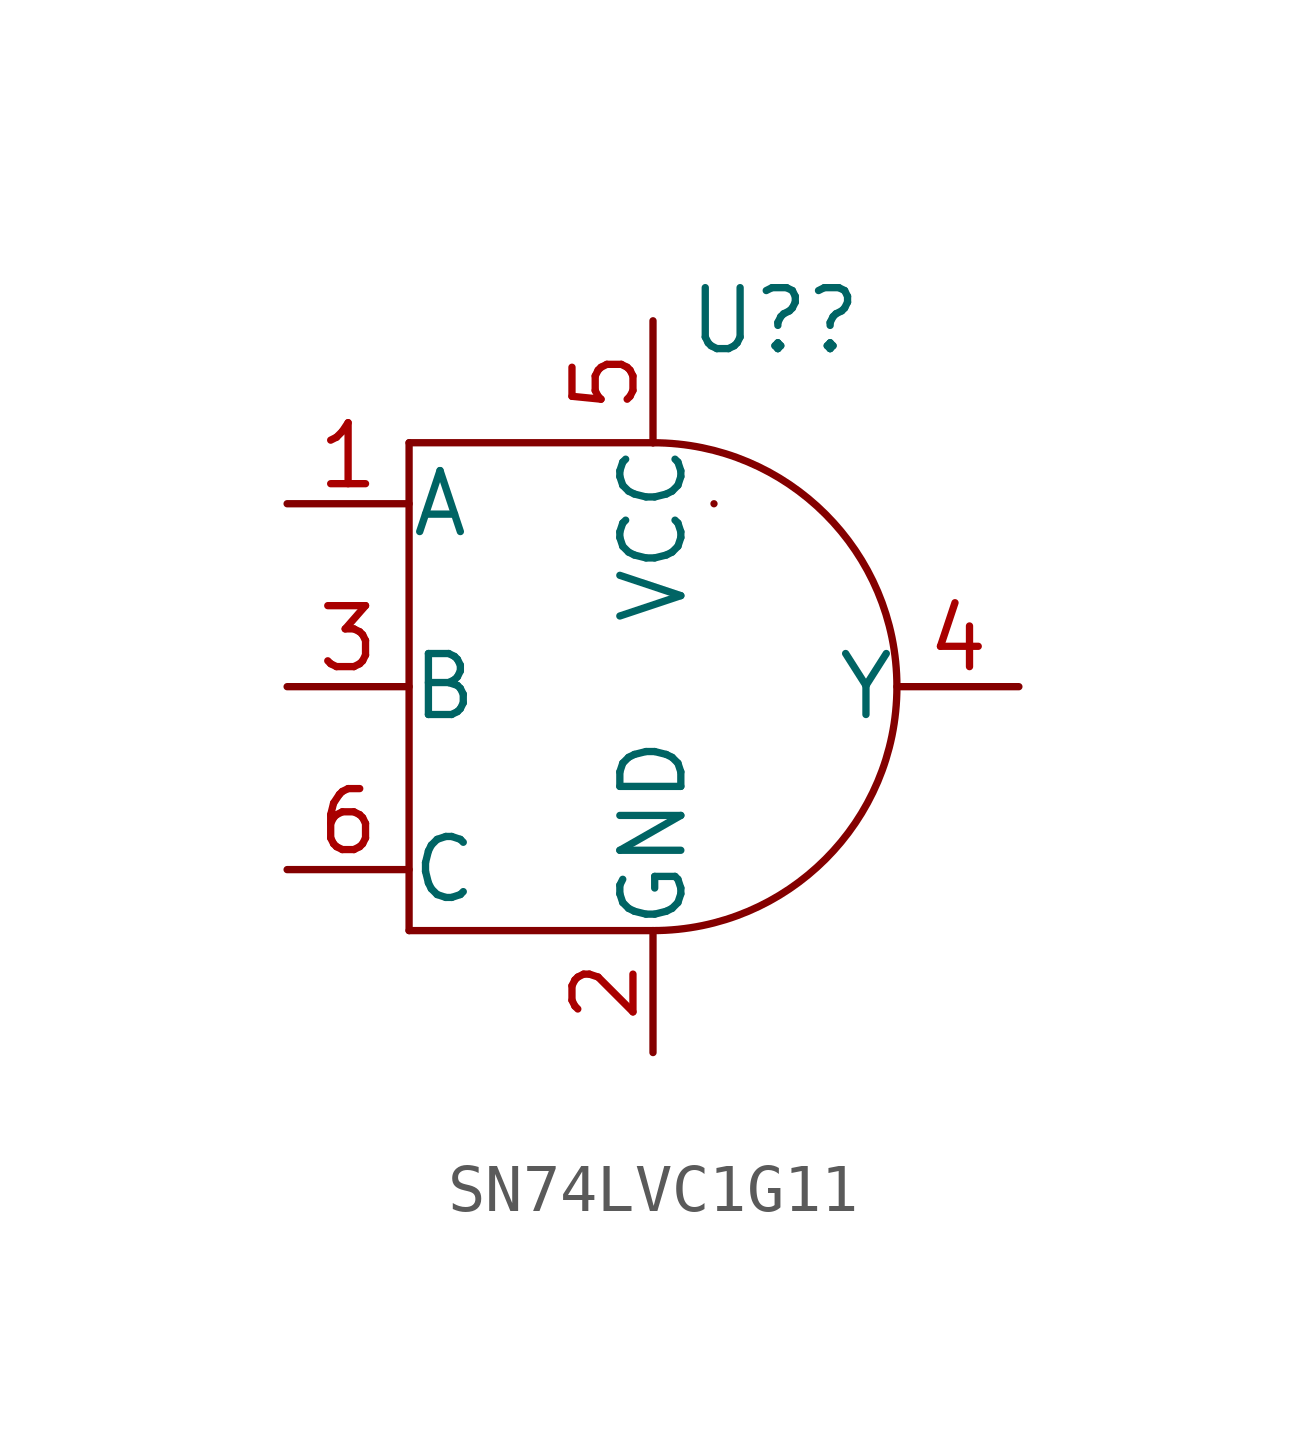
<source format=kicad_sym>
(kicad_symbol_lib
  (version 20241209)
  (generator "kicad_symbol_editor")
  (generator_version "9.0")
  (symbol "SN74LVC1G11"
    (pin_names
      (offset 0.0001))
    (property "Reference" "U?"
      (at 0 0 0)
      (effects (font (size 1.27 1.27))))
    (property "Value" ""
      (at 0 0 0)
      (effects (font (size 1.27 1.27))))
    (symbol "SN74LVC1G11_0_1"
      (polyline (pts (xy -7.62 -2.54) (xy -7.62 -12.7)) (stroke (width 0) (type default)) (fill (type none)))
      (polyline (pts (xy -7.62 -12.7) (xy -2.54 -12.7)) (stroke (width 0) (type default)) (fill (type none))))
    (symbol "SN74LVC1G11_1_1"
      (polyline (pts (xy -7.62 -2.54) (xy -2.54 -2.54)) (stroke (width 0) (type solid)) (fill (type color) (color 255 78 15 1)))
      (arc (start -2.54 -2.54) (mid 2.54 -7.62) (end -2.54 -12.7) (stroke (width 0) (type solid)) (fill (type none)))
      (arc (start -1.27 -3.81) (mid -1.27 -3.81) (end -1.27 -3.81) (stroke (width 0) (type default)) (fill (type none)))
      (pin input line (at -10.16 -3.81 0) (length 2.54) (name "A" (effects (font (size 1.27 1.27)))) (number "1" (effects (font (size 1.27 1.27)))))
      (pin input line (at -10.16 -7.62 0) (length 2.54) (name "B" (effects (font (size 1.27 1.27)))) (number "3" (effects (font (size 1.27 1.27)))))
      (pin input line (at -10.16 -11.43 0) (length 2.54) (name "C" (effects (font (size 1.27 1.27)))) (number "6" (effects (font (size 1.27 1.27)))))
      (pin power_in line (at -2.54 0 270) (length 2.54) (name "VCC" (effects (font (size 1.27 1.27)))) (number "5" (effects (font (size 1.27 1.27)))))
      (pin power_out line (at -2.54 -15.24 90) (length 2.54) (name "GND" (effects (font (size 1.27 1.27)))) (number "2" (effects (font (size 1.27 1.27)))))
      (pin output line (at 5.08 -7.62 180) (length 2.54) (name "Y" (effects (font (size 1.27 1.27)))) (number "4" (effects (font (size 1.27 1.27))))))))
</source>
